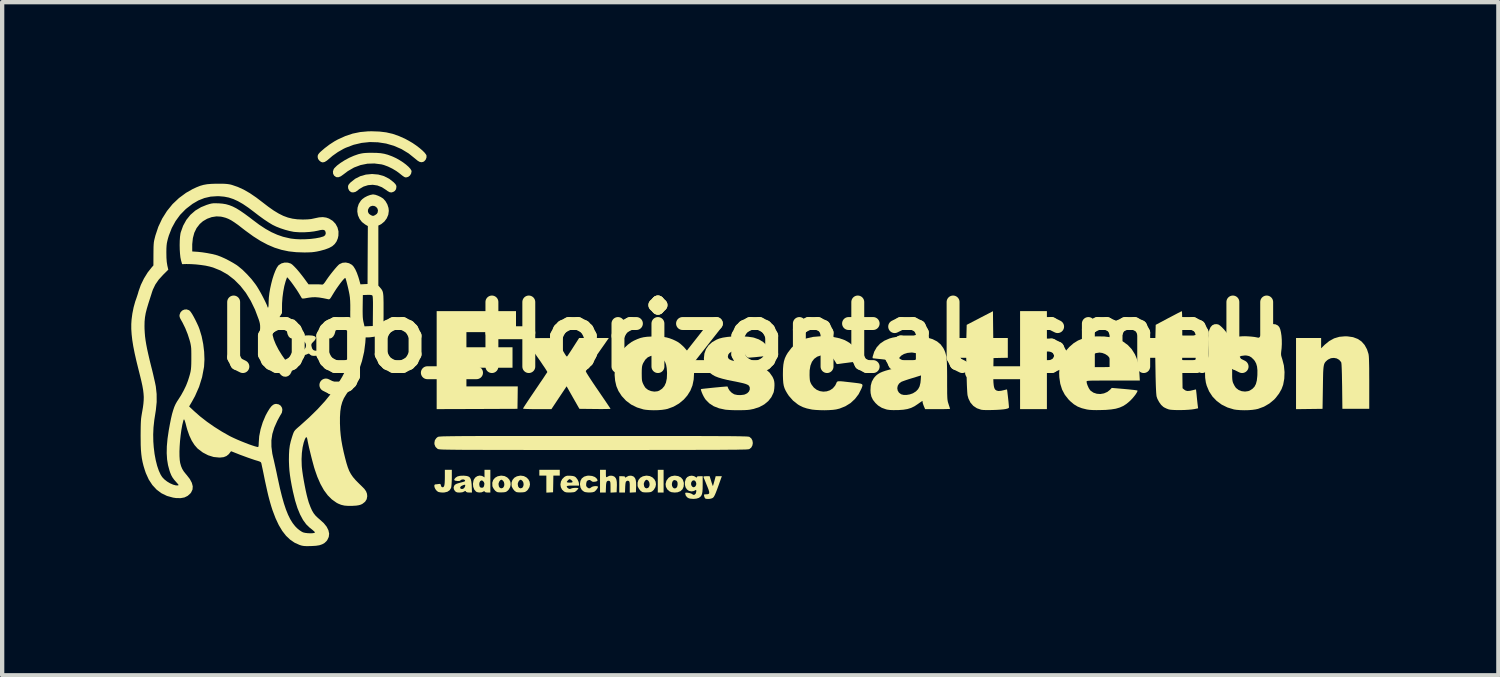
<source format=kicad_pcb>
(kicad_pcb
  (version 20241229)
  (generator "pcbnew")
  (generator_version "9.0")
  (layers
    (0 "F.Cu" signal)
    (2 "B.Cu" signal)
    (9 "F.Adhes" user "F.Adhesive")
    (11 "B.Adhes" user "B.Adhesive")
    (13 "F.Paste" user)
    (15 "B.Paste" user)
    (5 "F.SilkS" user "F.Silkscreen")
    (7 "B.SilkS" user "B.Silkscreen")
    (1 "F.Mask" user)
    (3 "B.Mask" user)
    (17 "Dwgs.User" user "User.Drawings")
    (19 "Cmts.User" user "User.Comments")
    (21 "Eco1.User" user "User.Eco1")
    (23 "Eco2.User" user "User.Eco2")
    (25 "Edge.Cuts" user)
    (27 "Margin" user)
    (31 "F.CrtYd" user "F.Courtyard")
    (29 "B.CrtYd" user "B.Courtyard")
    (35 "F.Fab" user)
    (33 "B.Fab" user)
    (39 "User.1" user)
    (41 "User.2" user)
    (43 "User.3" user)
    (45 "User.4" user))
  (footprint "logo_Horizontal_small"
    (layer "F.Cu")
    (at 14.414 4.788)
    (property "Reference" "logo_Horizontal_small" (at 0 0 0) (layer "F.SilkS") (effects (font (size 1.5 1.5) (thickness 0.3))))
    (attr board_only exclude_from_pos_files exclude_from_bom)
    (fp_poly (pts (xy -2.047 3.341) (xy -2.047 3.605) (xy -2.114 3.605) (xy -2.182 3.605) (xy -2.182 3.341) (xy -2.182 3.077) (xy -2.114 3.077) (xy -2.047 3.077)) (stroke (width 0) (type solid)) (fill yes) (layer "F.SilkS"))
    (fp_poly (pts (xy 6.858 0.529) (xy 6.858 1.667) (xy 6.547 1.667) (xy 6.235 1.667) (xy 6.235 0.529) (xy 6.235 -0.61) (xy 6.547 -0.61) (xy 6.858 -0.61)) (stroke (width 0) (type solid)) (fill yes) (layer "F.SilkS"))
    (fp_poly (pts (xy -4.459 3.145) (xy -4.459 3.212) (xy -4.533 3.212) (xy -4.608 3.212) (xy -4.611 3.405) (xy -4.615 3.599) (xy -4.693 3.603) (xy -4.771 3.607) (xy -4.771 3.409) (xy -4.771 3.212) (xy -4.852 3.212) (xy -4.934 3.212) (xy -4.934 3.145) (xy -4.934 3.077) (xy -4.696 3.077) (xy -4.459 3.077)) (stroke (width 0) (type solid)) (fill yes) (layer "F.SilkS"))
    (fp_poly (pts (xy -10.628 -0.411) (xy -10.591 -0.375) (xy -10.564 -0.319) (xy -10.548 -0.247) (xy -10.545 -0.188) (xy -10.553 -0.114) (xy -10.574 -0.053) (xy -10.605 -0.007) (xy -10.644 0.02) (xy -10.688 0.026) (xy -10.725 0.012) (xy -10.758 -0.021) (xy -10.784 -0.075) (xy -10.799 -0.143) (xy -10.802 -0.196) (xy -10.795 -0.279) (xy -10.775 -0.346) (xy -10.743 -0.394) (xy -10.701 -0.42) (xy -10.673 -0.424)) (stroke (width 0) (type solid)) (fill yes) (layer "F.SilkS"))
    (fp_poly (pts (xy -9.756 -0.407) (xy -9.719 -0.37) (xy -9.689 -0.311) (xy -9.676 -0.265) (xy -9.668 -0.195) (xy -9.675 -0.129) (xy -9.693 -0.071) (xy -9.72 -0.023) (xy -9.754 0.01) (xy -9.793 0.026) (xy -9.833 0.021) (xy -9.873 -0.007) (xy -9.875 -0.009) (xy -9.908 -0.061) (xy -9.928 -0.125) (xy -9.934 -0.196) (xy -9.928 -0.266) (xy -9.91 -0.33) (xy -9.88 -0.382) (xy -9.845 -0.411) (xy -9.798 -0.422)) (stroke (width 0) (type solid)) (fill yes) (layer "F.SilkS"))
    (fp_poly (pts (xy -5.476 -0.366) (xy -5.476 -0.122) (xy -6.052 -0.122) (xy -6.628 -0.122) (xy -6.628 0.054) (xy -6.628 0.23) (xy -6.092 0.23) (xy -5.557 0.23) (xy -5.557 0.468) (xy -5.557 0.705) (xy -6.092 0.705) (xy -6.628 0.705) (xy -6.628 0.922) (xy -6.628 1.139) (xy -6.031 1.139) (xy -5.435 1.139) (xy -5.438 1.399) (xy -5.442 1.66) (xy -6.38 1.664) (xy -7.319 1.667) (xy -7.319 0.529) (xy -7.319 -0.61) (xy -6.397 -0.61) (xy -5.476 -0.61)) (stroke (width 0) (type solid)) (fill yes) (layer "F.SilkS"))
    (fp_poly (pts (xy -8.675 -3.783) (xy -8.543 -3.746) (xy -8.423 -3.685) (xy -8.321 -3.606) (xy -8.283 -3.567) (xy -8.262 -3.537) (xy -8.255 -3.508) (xy -8.254 -3.499) (xy -8.263 -3.443) (xy -8.291 -3.402) (xy -8.324 -3.381) (xy -8.367 -3.367) (xy -8.41 -3.372) (xy -8.459 -3.399) (xy -8.491 -3.423) (xy -8.591 -3.488) (xy -8.696 -3.529) (xy -8.805 -3.545) (xy -8.914 -3.536) (xy -9.019 -3.503) (xy -9.118 -3.445) (xy -9.163 -3.407) (xy -9.21 -3.378) (xy -9.263 -3.367) (xy -9.307 -3.374) (xy -9.347 -3.405) (xy -9.373 -3.453) (xy -9.379 -3.496) (xy -9.375 -3.526) (xy -9.36 -3.555) (xy -9.33 -3.589) (xy -9.315 -3.604) (xy -9.212 -3.685) (xy -9.093 -3.745) (xy -8.963 -3.782) (xy -8.824 -3.795) (xy -8.817 -3.795)) (stroke (width 0) (type solid)) (fill yes) (layer "F.SilkS"))
    (fp_poly (pts (xy -2.753 3.228) (xy -2.731 3.245) (xy -2.709 3.274) (xy -2.695 3.311) (xy -2.687 3.362) (xy -2.685 3.431) (xy -2.686 3.483) (xy -2.69 3.599) (xy -2.762 3.603) (xy -2.833 3.607) (xy -2.833 3.478) (xy -2.833 3.416) (xy -2.836 3.377) (xy -2.842 3.353) (xy -2.851 3.34) (xy -2.858 3.335) (xy -2.888 3.33) (xy -2.909 3.34) (xy -2.922 3.354) (xy -2.93 3.377) (xy -2.935 3.415) (xy -2.939 3.473) (xy -2.939 3.482) (xy -2.944 3.605) (xy -3.01 3.605) (xy -3.077 3.605) (xy -3.077 3.416) (xy -3.077 3.226) (xy -3.009 3.226) (xy -2.967 3.228) (xy -2.946 3.235) (xy -2.941 3.247) (xy -2.938 3.259) (xy -2.924 3.254) (xy -2.905 3.24) (xy -2.857 3.217) (xy -2.803 3.213)) (stroke (width 0) (type solid)) (fill yes) (layer "F.SilkS"))
    (fp_poly (pts (xy -3.388 3.165) (xy -3.387 3.216) (xy -3.383 3.243) (xy -3.372 3.249) (xy -3.352 3.24) (xy -3.342 3.232) (xy -3.298 3.214) (xy -3.246 3.214) (xy -3.199 3.23) (xy -3.179 3.245) (xy -3.156 3.274) (xy -3.142 3.311) (xy -3.134 3.362) (xy -3.132 3.431) (xy -3.134 3.483) (xy -3.138 3.599) (xy -3.209 3.603) (xy -3.28 3.607) (xy -3.28 3.478) (xy -3.281 3.416) (xy -3.283 3.377) (xy -3.289 3.353) (xy -3.298 3.34) (xy -3.305 3.335) (xy -3.336 3.33) (xy -3.356 3.34) (xy -3.369 3.354) (xy -3.377 3.377) (xy -3.383 3.415) (xy -3.386 3.473) (xy -3.386 3.482) (xy -3.391 3.605) (xy -3.458 3.605) (xy -3.524 3.605) (xy -3.524 3.341) (xy -3.524 3.077) (xy -3.456 3.077) (xy -3.388 3.077)) (stroke (width 0) (type solid)) (fill yes) (layer "F.SilkS"))
    (fp_poly (pts (xy -6.967 3.263) (xy -6.969 3.341) (xy -6.973 3.41) (xy -6.978 3.464) (xy -6.984 3.496) (xy -6.984 3.496) (xy -7.016 3.55) (xy -7.068 3.586) (xy -7.138 3.603) (xy -7.175 3.605) (xy -7.225 3.602) (xy -7.269 3.594) (xy -7.289 3.587) (xy -7.321 3.561) (xy -7.348 3.527) (xy -7.366 3.489) (xy -7.374 3.453) (xy -7.37 3.427) (xy -7.352 3.416) (xy -7.35 3.415) (xy -7.32 3.413) (xy -7.281 3.408) (xy -7.277 3.407) (xy -7.244 3.404) (xy -7.229 3.412) (xy -7.221 3.437) (xy -7.22 3.441) (xy -7.207 3.473) (xy -7.185 3.483) (xy -7.184 3.483) (xy -7.164 3.479) (xy -7.149 3.462) (xy -7.139 3.431) (xy -7.133 3.381) (xy -7.13 3.31) (xy -7.129 3.254) (xy -7.129 3.077) (xy -7.048 3.077) (xy -6.967 3.077)) (stroke (width 0) (type solid)) (fill yes) (layer "F.SilkS"))
    (fp_poly (pts (xy -1.707 3.223) (xy -1.645 3.254) (xy -1.602 3.303) (xy -1.579 3.37) (xy -1.576 3.392) (xy -1.581 3.468) (xy -1.608 3.529) (xy -1.655 3.573) (xy -1.722 3.599) (xy -1.789 3.605) (xy -1.863 3.597) (xy -1.907 3.579) (xy -1.962 3.531) (xy -1.993 3.472) (xy -2.001 3.407) (xy -1.855 3.407) (xy -1.85 3.451) (xy -1.832 3.486) (xy -1.807 3.507) (xy -1.776 3.509) (xy -1.743 3.489) (xy -1.728 3.459) (xy -1.721 3.412) (xy -1.721 3.408) (xy -1.725 3.366) (xy -1.737 3.341) (xy -1.753 3.327) (xy -1.792 3.314) (xy -1.824 3.326) (xy -1.844 3.357) (xy -1.855 3.407) (xy -2.001 3.407) (xy -2.001 3.406) (xy -1.983 3.336) (xy -1.976 3.322) (xy -1.932 3.263) (xy -1.873 3.227) (xy -1.798 3.213) (xy -1.785 3.212)) (stroke (width 0) (type solid)) (fill yes) (layer "F.SilkS"))
    (fp_poly (pts (xy -5.74 3.223) (xy -5.68 3.254) (xy -5.635 3.299) (xy -5.607 3.354) (xy -5.599 3.416) (xy -5.612 3.479) (xy -5.647 3.539) (xy -5.666 3.558) (xy -5.692 3.58) (xy -5.72 3.593) (xy -5.758 3.599) (xy -5.798 3.601) (xy -5.849 3.602) (xy -5.893 3.598) (xy -5.917 3.593) (xy -5.956 3.566) (xy -5.992 3.522) (xy -6.019 3.474) (xy -6.025 3.45) (xy -6.026 3.411) (xy -5.882 3.411) (xy -5.874 3.461) (xy -5.852 3.494) (xy -5.822 3.508) (xy -5.787 3.499) (xy -5.772 3.488) (xy -5.752 3.454) (xy -5.747 3.409) (xy -5.756 3.364) (xy -5.774 3.334) (xy -5.798 3.314) (xy -5.815 3.307) (xy -5.842 3.319) (xy -5.865 3.35) (xy -5.88 3.389) (xy -5.882 3.411) (xy -6.026 3.411) (xy -6.027 3.377) (xy -6.006 3.313) (xy -5.963 3.262) (xy -5.904 3.228) (xy -5.829 3.213) (xy -5.815 3.212)) (stroke (width 0) (type solid)) (fill yes) (layer "F.SilkS"))
    (fp_poly (pts (xy -5.293 3.223) (xy -5.233 3.254) (xy -5.188 3.299) (xy -5.16 3.354) (xy -5.151 3.416) (xy -5.164 3.479) (xy -5.2 3.539) (xy -5.218 3.558) (xy -5.245 3.58) (xy -5.272 3.593) (xy -5.311 3.599) (xy -5.351 3.601) (xy -5.402 3.602) (xy -5.446 3.598) (xy -5.47 3.593) (xy -5.509 3.566) (xy -5.545 3.522) (xy -5.571 3.474) (xy -5.578 3.45) (xy -5.579 3.411) (xy -5.435 3.411) (xy -5.427 3.461) (xy -5.405 3.494) (xy -5.374 3.508) (xy -5.339 3.499) (xy -5.324 3.488) (xy -5.305 3.454) (xy -5.299 3.409) (xy -5.308 3.364) (xy -5.327 3.334) (xy -5.351 3.314) (xy -5.367 3.307) (xy -5.394 3.319) (xy -5.418 3.35) (xy -5.433 3.389) (xy -5.435 3.411) (xy -5.579 3.411) (xy -5.58 3.377) (xy -5.558 3.313) (xy -5.516 3.262) (xy -5.456 3.228) (xy -5.382 3.213) (xy -5.367 3.212)) (stroke (width 0) (type solid)) (fill yes) (layer "F.SilkS"))
    (fp_poly (pts (xy -2.366 3.223) (xy -2.305 3.254) (xy -2.26 3.299) (xy -2.232 3.354) (xy -2.224 3.416) (xy -2.237 3.479) (xy -2.273 3.539) (xy -2.291 3.558) (xy -2.317 3.58) (xy -2.345 3.593) (xy -2.383 3.599) (xy -2.423 3.601) (xy -2.474 3.602) (xy -2.518 3.598) (xy -2.542 3.593) (xy -2.581 3.566) (xy -2.617 3.522) (xy -2.644 3.474) (xy -2.651 3.45) (xy -2.651 3.411) (xy -2.507 3.411) (xy -2.499 3.461) (xy -2.478 3.494) (xy -2.447 3.508) (xy -2.412 3.499) (xy -2.397 3.488) (xy -2.377 3.454) (xy -2.372 3.409) (xy -2.381 3.364) (xy -2.399 3.334) (xy -2.423 3.314) (xy -2.44 3.307) (xy -2.467 3.319) (xy -2.49 3.35) (xy -2.505 3.389) (xy -2.507 3.411) (xy -2.651 3.411) (xy -2.652 3.377) (xy -2.631 3.313) (xy -2.589 3.262) (xy -2.529 3.228) (xy -2.454 3.213) (xy -2.44 3.212)) (stroke (width 0) (type solid)) (fill yes) (layer "F.SilkS"))
    (fp_poly (pts (xy -6.072 3.341) (xy -6.072 3.605) (xy -6.134 3.605) (xy -6.179 3.601) (xy -6.201 3.588) (xy -6.203 3.585) (xy -6.211 3.572) (xy -6.227 3.577) (xy -6.239 3.585) (xy -6.28 3.601) (xy -6.332 3.604) (xy -6.382 3.595) (xy -6.407 3.581) (xy -6.446 3.535) (xy -6.47 3.472) (xy -6.475 3.414) (xy -6.33 3.414) (xy -6.322 3.463) (xy -6.3 3.489) (xy -6.262 3.494) (xy -6.262 3.494) (xy -6.237 3.485) (xy -6.221 3.46) (xy -6.216 3.44) (xy -6.21 3.399) (xy -6.22 3.366) (xy -6.226 3.356) (xy -6.255 3.328) (xy -6.284 3.324) (xy -6.309 3.342) (xy -6.326 3.378) (xy -6.33 3.414) (xy -6.475 3.414) (xy -6.476 3.401) (xy -6.464 3.328) (xy -6.457 3.307) (xy -6.425 3.258) (xy -6.378 3.225) (xy -6.324 3.211) (xy -6.269 3.218) (xy -6.238 3.233) (xy -6.208 3.254) (xy -6.208 3.166) (xy -6.208 3.077) (xy -6.14 3.077) (xy -6.072 3.077)) (stroke (width 0) (type solid)) (fill yes) (layer "F.SilkS"))
    (fp_poly (pts (xy -3.707 3.22) (xy -3.645 3.243) (xy -3.602 3.279) (xy -3.6 3.282) (xy -3.582 3.315) (xy -3.585 3.335) (xy -3.611 3.347) (xy -3.639 3.353) (xy -3.682 3.356) (xy -3.709 3.349) (xy -3.728 3.333) (xy -3.761 3.313) (xy -3.786 3.315) (xy -3.817 3.328) (xy -3.834 3.348) (xy -3.843 3.384) (xy -3.845 3.399) (xy -3.847 3.44) (xy -3.836 3.468) (xy -3.824 3.482) (xy -3.789 3.506) (xy -3.757 3.505) (xy -3.727 3.483) (xy -3.7 3.468) (xy -3.661 3.458) (xy -3.62 3.455) (xy -3.587 3.459) (xy -3.572 3.468) (xy -3.574 3.488) (xy -3.591 3.517) (xy -3.616 3.55) (xy -3.644 3.577) (xy -3.66 3.588) (xy -3.701 3.599) (xy -3.757 3.604) (xy -3.817 3.602) (xy -3.871 3.594) (xy -3.897 3.584) (xy -3.946 3.546) (xy -3.978 3.488) (xy -3.99 3.416) (xy -3.991 3.407) (xy -3.979 3.334) (xy -3.947 3.276) (xy -3.895 3.236) (xy -3.825 3.215) (xy -3.784 3.212)) (stroke (width 0) (type solid)) (fill yes) (layer "F.SilkS"))
    (fp_poly (pts (xy -0.941 3.342) (xy -0.925 3.393) (xy -0.912 3.431) (xy -0.903 3.452) (xy -0.902 3.454) (xy -0.896 3.44) (xy -0.886 3.406) (xy -0.873 3.358) (xy -0.867 3.338) (xy -0.837 3.226) (xy -0.766 3.226) (xy -0.694 3.226) (xy -0.739 3.351) (xy -0.777 3.458) (xy -0.808 3.542) (xy -0.833 3.607) (xy -0.853 3.654) (xy -0.87 3.688) (xy -0.885 3.711) (xy -0.899 3.725) (xy -0.915 3.735) (xy -0.93 3.741) (xy -0.969 3.751) (xy -1.015 3.754) (xy -1.056 3.751) (xy -1.079 3.744) (xy -1.092 3.725) (xy -1.104 3.692) (xy -1.104 3.69) (xy -1.109 3.662) (xy -1.102 3.649) (xy -1.078 3.646) (xy -1.06 3.646) (xy -1.023 3.644) (xy -0.999 3.636) (xy -0.987 3.619) (xy -0.988 3.589) (xy -1.001 3.542) (xy -1.026 3.477) (xy -1.043 3.436) (xy -1.069 3.371) (xy -1.092 3.315) (xy -1.11 3.272) (xy -1.119 3.248) (xy -1.12 3.246) (xy -1.12 3.234) (xy -1.103 3.228) (xy -1.066 3.226) (xy -1.052 3.226) (xy -0.977 3.226)) (stroke (width 0) (type solid)) (fill yes) (layer "F.SilkS"))
    (fp_poly (pts (xy -8.712 -4.286) (xy -8.619 -4.279) (xy -8.536 -4.265) (xy -8.455 -4.243) (xy -8.368 -4.211) (xy -8.341 -4.2) (xy -8.259 -4.162) (xy -8.178 -4.116) (xy -8.1 -4.066) (xy -8.031 -4.014) (xy -7.973 -3.963) (xy -7.93 -3.916) (xy -7.906 -3.876) (xy -7.902 -3.858) (xy -7.913 -3.804) (xy -7.941 -3.759) (xy -7.982 -3.728) (xy -8.029 -3.716) (xy -8.054 -3.719) (xy -8.078 -3.731) (xy -8.116 -3.757) (xy -8.159 -3.791) (xy -8.173 -3.803) (xy -8.254 -3.863) (xy -8.349 -3.92) (xy -8.45 -3.969) (xy -8.547 -4.005) (xy -8.6 -4.019) (xy -8.766 -4.04) (xy -8.928 -4.035) (xy -9.087 -4.003) (xy -9.239 -3.946) (xy -9.384 -3.862) (xy -9.483 -3.787) (xy -9.546 -3.742) (xy -9.599 -3.721) (xy -9.647 -3.722) (xy -9.659 -3.727) (xy -9.702 -3.758) (xy -9.725 -3.802) (xy -9.729 -3.855) (xy -9.712 -3.907) (xy -9.696 -3.931) (xy -9.634 -3.992) (xy -9.552 -4.054) (xy -9.456 -4.115) (xy -9.351 -4.172) (xy -9.244 -4.219) (xy -9.141 -4.255) (xy -9.129 -4.258) (xy -9.075 -4.271) (xy -9.022 -4.28) (xy -8.962 -4.285) (xy -8.887 -4.288) (xy -8.824 -4.288)) (stroke (width 0) (type solid)) (fill yes) (layer "F.SilkS"))
    (fp_poly (pts (xy -10.21 -0.042) (xy -10.157 -0.028) (xy -10.129 -0.005) (xy -10.128 0.026) (xy -10.151 0.067) (xy -10.181 0.098) (xy -10.213 0.131) (xy -10.228 0.155) (xy -10.231 0.18) (xy -10.229 0.199) (xy -10.213 0.257) (xy -10.187 0.293) (xy -10.149 0.308) (xy -10.12 0.31) (xy -10.08 0.31) (xy -10.051 0.315) (xy -10.046 0.317) (xy -10.032 0.339) (xy -10.032 0.371) (xy -10.045 0.401) (xy -10.051 0.407) (xy -10.08 0.419) (xy -10.124 0.427) (xy -10.173 0.43) (xy -10.214 0.425) (xy -10.227 0.422) (xy -10.258 0.402) (xy -10.271 0.389) (xy -10.285 0.378) (xy -10.303 0.379) (xy -10.335 0.394) (xy -10.339 0.396) (xy -10.401 0.416) (xy -10.447 0.416) (xy -10.502 0.404) (xy -10.534 0.381) (xy -10.545 0.346) (xy -10.545 0.346) (xy -10.534 0.309) (xy -10.505 0.29) (xy -10.458 0.29) (xy -10.421 0.293) (xy -10.394 0.279) (xy -10.383 0.269) (xy -10.36 0.227) (xy -10.354 0.178) (xy -10.367 0.132) (xy -10.389 0.106) (xy -10.421 0.073) (xy -10.444 0.04) (xy -10.456 0.012) (xy -10.451 -0.005) (xy -10.427 -0.023) (xy -10.396 -0.037) (xy -10.351 -0.045) (xy -10.288 -0.047)) (stroke (width 0) (type solid)) (fill yes) (layer "F.SilkS"))
    (fp_poly (pts (xy -8.65 -4.782) (xy -8.492 -4.763) (xy -8.343 -4.729) (xy -8.195 -4.677) (xy -8.057 -4.616) (xy -7.968 -4.568) (xy -7.878 -4.515) (xy -7.793 -4.457) (xy -7.716 -4.398) (xy -7.65 -4.342) (xy -7.598 -4.29) (xy -7.565 -4.246) (xy -7.555 -4.223) (xy -7.556 -4.176) (xy -7.575 -4.128) (xy -7.608 -4.091) (xy -7.635 -4.076) (xy -7.675 -4.069) (xy -7.714 -4.077) (xy -7.758 -4.102) (xy -7.812 -4.146) (xy -7.819 -4.152) (xy -7.971 -4.274) (xy -8.136 -4.374) (xy -8.311 -4.45) (xy -8.494 -4.503) (xy -8.682 -4.532) (xy -8.872 -4.538) (xy -9.062 -4.518) (xy -9.249 -4.474) (xy -9.431 -4.405) (xy -9.478 -4.383) (xy -9.615 -4.305) (xy -9.738 -4.218) (xy -9.806 -4.16) (xy -9.869 -4.107) (xy -9.921 -4.075) (xy -9.966 -4.065) (xy -10.006 -4.076) (xy -10.044 -4.106) (xy -10.074 -4.145) (xy -10.084 -4.188) (xy -10.084 -4.196) (xy -10.081 -4.227) (xy -10.069 -4.254) (xy -10.044 -4.285) (xy -10.016 -4.313) (xy -9.92 -4.396) (xy -9.809 -4.48) (xy -9.693 -4.555) (xy -9.615 -4.598) (xy -9.441 -4.677) (xy -9.271 -4.734) (xy -9.096 -4.77) (xy -8.911 -4.787) (xy -8.824 -4.788)) (stroke (width 0) (type solid)) (fill yes) (layer "F.SilkS"))
    (fp_poly (pts (xy 13.845 -0.023) (xy 13.97 -0.005) (xy 14.077 0.035) (xy 14.167 0.095) (xy 14.239 0.176) (xy 14.295 0.278) (xy 14.328 0.38) (xy 14.333 0.404) (xy 14.337 0.44) (xy 14.34 0.487) (xy 14.342 0.549) (xy 14.344 0.628) (xy 14.346 0.727) (xy 14.346 0.847) (xy 14.347 0.991) (xy 14.347 1.057) (xy 14.347 1.66) (xy 14.035 1.66) (xy 13.723 1.66) (xy 13.717 1.132) (xy 13.714 0.985) (xy 13.712 0.863) (xy 13.709 0.765) (xy 13.706 0.689) (xy 13.703 0.633) (xy 13.699 0.596) (xy 13.694 0.576) (xy 13.693 0.574) (xy 13.649 0.522) (xy 13.591 0.489) (xy 13.525 0.477) (xy 13.457 0.484) (xy 13.393 0.514) (xy 13.37 0.531) (xy 13.347 0.552) (xy 13.328 0.571) (xy 13.313 0.593) (xy 13.301 0.619) (xy 13.292 0.653) (xy 13.285 0.696) (xy 13.28 0.753) (xy 13.276 0.826) (xy 13.274 0.918) (xy 13.272 1.031) (xy 13.27 1.166) (xy 13.262 1.66) (xy 12.954 1.664) (xy 12.646 1.668) (xy 12.646 0.841) (xy 12.646 0.014) (xy 12.937 0.014) (xy 13.229 0.014) (xy 13.229 0.134) (xy 13.229 0.254) (xy 13.315 0.169) (xy 13.419 0.084) (xy 13.531 0.023) (xy 13.652 -0.013) (xy 13.785 -0.025)) (stroke (width 0) (type solid)) (fill yes) (layer "F.SilkS"))
    (fp_poly (pts (xy -4.213 3.215) (xy -4.158 3.22) (xy -4.121 3.229) (xy -4.094 3.246) (xy -4.085 3.253) (xy -4.046 3.303) (xy -4.02 3.362) (xy -4.012 3.408) (xy -4.012 3.443) (xy -4.154 3.443) (xy -4.225 3.444) (xy -4.271 3.448) (xy -4.295 3.457) (xy -4.297 3.471) (xy -4.282 3.492) (xy -4.272 3.502) (xy -4.241 3.521) (xy -4.209 3.519) (xy -4.184 3.508) (xy -4.157 3.501) (xy -4.117 3.497) (xy -4.075 3.496) (xy -4.041 3.5) (xy -4.026 3.505) (xy -4.031 3.517) (xy -4.051 3.541) (xy -4.064 3.555) (xy -4.088 3.577) (xy -4.111 3.591) (xy -4.142 3.598) (xy -4.188 3.602) (xy -4.212 3.603) (xy -4.271 3.603) (xy -4.312 3.6) (xy -4.342 3.59) (xy -4.359 3.581) (xy -4.407 3.536) (xy -4.435 3.479) (xy -4.444 3.415) (xy -4.434 3.361) (xy -4.297 3.361) (xy -4.284 3.369) (xy -4.253 3.374) (xy -4.229 3.375) (xy -4.186 3.373) (xy -4.165 3.365) (xy -4.161 3.355) (xy -4.171 3.335) (xy -4.195 3.312) (xy -4.222 3.296) (xy -4.232 3.294) (xy -4.25 3.303) (xy -4.273 3.325) (xy -4.292 3.349) (xy -4.297 3.361) (xy -4.434 3.361) (xy -4.433 3.351) (xy -4.402 3.291) (xy -4.353 3.243) (xy -4.351 3.242) (xy -4.32 3.224) (xy -4.289 3.215) (xy -4.247 3.214)) (stroke (width 0) (type solid)) (fill yes) (layer "F.SilkS"))
    (fp_poly (pts (xy -6.668 3.215) (xy -6.615 3.221) (xy -6.575 3.235) (xy -6.546 3.258) (xy -6.527 3.295) (xy -6.514 3.349) (xy -6.506 3.424) (xy -6.503 3.5) (xy -6.499 3.605) (xy -6.563 3.605) (xy -6.609 3.601) (xy -6.635 3.589) (xy -6.639 3.583) (xy -6.65 3.569) (xy -6.665 3.571) (xy -6.683 3.583) (xy -6.723 3.599) (xy -6.781 3.605) (xy -6.787 3.605) (xy -6.835 3.603) (xy -6.868 3.592) (xy -6.893 3.572) (xy -6.919 3.53) (xy -6.923 3.503) (xy -6.772 3.503) (xy -6.753 3.52) (xy -6.723 3.523) (xy -6.692 3.51) (xy -6.676 3.494) (xy -6.66 3.463) (xy -6.655 3.44) (xy -6.658 3.426) (xy -6.674 3.424) (xy -6.699 3.432) (xy -6.748 3.454) (xy -6.772 3.479) (xy -6.772 3.503) (xy -6.923 3.503) (xy -6.925 3.483) (xy -6.908 3.44) (xy -6.9 3.43) (xy -6.882 3.416) (xy -6.858 3.403) (xy -6.821 3.39) (xy -6.767 3.375) (xy -6.713 3.361) (xy -6.672 3.348) (xy -6.657 3.334) (xy -6.665 3.317) (xy -6.674 3.308) (xy -6.701 3.3) (xy -6.734 3.303) (xy -6.761 3.316) (xy -6.767 3.325) (xy -6.785 3.335) (xy -6.825 3.337) (xy -6.843 3.336) (xy -6.89 3.329) (xy -6.911 3.315) (xy -6.907 3.292) (xy -6.88 3.26) (xy -6.836 3.231) (xy -6.775 3.216) (xy -6.694 3.213)) (stroke (width 0) (type solid)) (fill yes) (layer "F.SilkS"))
    (fp_poly (pts (xy -1.339 3.224) (xy -1.31 3.24) (xy -1.286 3.257) (xy -1.276 3.257) (xy -1.274 3.247) (xy -1.268 3.234) (xy -1.245 3.227) (xy -1.206 3.226) (xy -1.139 3.226) (xy -1.139 3.419) (xy -1.14 3.514) (xy -1.145 3.586) (xy -1.155 3.639) (xy -1.171 3.677) (xy -1.194 3.705) (xy -1.226 3.727) (xy -1.233 3.731) (xy -1.288 3.747) (xy -1.356 3.753) (xy -1.426 3.747) (xy -1.46 3.739) (xy -1.501 3.715) (xy -1.532 3.675) (xy -1.545 3.628) (xy -1.545 3.625) (xy -1.541 3.612) (xy -1.526 3.607) (xy -1.493 3.609) (xy -1.476 3.611) (xy -1.432 3.62) (xy -1.397 3.633) (xy -1.387 3.64) (xy -1.354 3.659) (xy -1.324 3.654) (xy -1.3 3.629) (xy -1.288 3.586) (xy -1.288 3.572) (xy -1.289 3.547) (xy -1.3 3.545) (xy -1.318 3.557) (xy -1.351 3.571) (xy -1.394 3.578) (xy -1.404 3.578) (xy -1.459 3.566) (xy -1.504 3.533) (xy -1.536 3.485) (xy -1.552 3.425) (xy -1.552 3.407) (xy -1.41 3.407) (xy -1.4 3.443) (xy -1.377 3.472) (xy -1.349 3.483) (xy -1.325 3.474) (xy -1.309 3.462) (xy -1.29 3.428) (xy -1.288 3.389) (xy -1.3 3.353) (xy -1.324 3.327) (xy -1.349 3.321) (xy -1.382 3.333) (xy -1.403 3.366) (xy -1.41 3.407) (xy -1.552 3.407) (xy -1.552 3.359) (xy -1.532 3.292) (xy -1.528 3.282) (xy -1.495 3.244) (xy -1.447 3.221) (xy -1.392 3.213)) (stroke (width 0) (type solid)) (fill yes) (layer "F.SilkS"))
    (fp_poly (pts (xy 5.608 -0.297) (xy 5.612 0.014) (xy 5.781 0.014) (xy 5.95 0.014) (xy 5.95 0.244) (xy 5.95 0.474) (xy 5.784 0.477) (xy 5.618 0.481) (xy 5.614 0.732) (xy 5.612 0.86) (xy 5.613 0.963) (xy 5.616 1.045) (xy 5.622 1.108) (xy 5.63 1.155) (xy 5.642 1.189) (xy 5.656 1.212) (xy 5.659 1.215) (xy 5.692 1.237) (xy 5.735 1.246) (xy 5.793 1.241) (xy 5.855 1.227) (xy 5.895 1.217) (xy 5.923 1.211) (xy 5.931 1.21) (xy 5.934 1.224) (xy 5.939 1.259) (xy 5.945 1.31) (xy 5.952 1.37) (xy 5.959 1.435) (xy 5.966 1.499) (xy 5.971 1.555) (xy 5.975 1.599) (xy 5.977 1.624) (xy 5.977 1.626) (xy 5.97 1.641) (xy 5.945 1.653) (xy 5.898 1.665) (xy 5.893 1.666) (xy 5.843 1.673) (xy 5.775 1.679) (xy 5.696 1.684) (xy 5.61 1.687) (xy 5.526 1.689) (xy 5.448 1.689) (xy 5.383 1.687) (xy 5.338 1.682) (xy 5.331 1.681) (xy 5.232 1.647) (xy 5.149 1.592) (xy 5.083 1.517) (xy 5.036 1.423) (xy 5.015 1.348) (xy 5.011 1.317) (xy 5.007 1.264) (xy 5.003 1.191) (xy 4.999 1.104) (xy 4.996 1.006) (xy 4.993 0.901) (xy 4.992 0.878) (xy 4.984 0.474) (xy 4.877 0.474) (xy 4.771 0.474) (xy 4.771 0.244) (xy 4.771 0.014) (xy 4.879 0.014) (xy 4.987 0.014) (xy 4.991 -0.139) (xy 4.995 -0.291) (xy 5.3 -0.45) (xy 5.605 -0.608)) (stroke (width 0) (type solid)) (fill yes) (layer "F.SilkS"))
    (fp_poly (pts (xy 9.995 -0.596) (xy 9.998 -0.56) (xy 10 -0.505) (xy 10.002 -0.433) (xy 10.003 -0.35) (xy 10.003 -0.298) (xy 10.003 0.014) (xy 10.172 0.014) (xy 10.342 0.014) (xy 10.342 0.244) (xy 10.342 0.474) (xy 10.171 0.474) (xy 10.001 0.474) (xy 10.005 0.828) (xy 10.01 1.182) (xy 10.048 1.214) (xy 10.084 1.237) (xy 10.127 1.246) (xy 10.184 1.241) (xy 10.246 1.227) (xy 10.287 1.217) (xy 10.314 1.211) (xy 10.322 1.21) (xy 10.324 1.224) (xy 10.328 1.259) (xy 10.334 1.311) (xy 10.34 1.374) (xy 10.34 1.376) (xy 10.347 1.445) (xy 10.354 1.51) (xy 10.36 1.563) (xy 10.364 1.593) (xy 10.371 1.648) (xy 10.285 1.666) (xy 10.223 1.675) (xy 10.144 1.682) (xy 10.055 1.687) (xy 9.964 1.689) (xy 9.874 1.689) (xy 9.794 1.686) (xy 9.73 1.681) (xy 9.691 1.674) (xy 9.637 1.654) (xy 9.584 1.628) (xy 9.562 1.614) (xy 9.511 1.567) (xy 9.464 1.501) (xy 9.425 1.428) (xy 9.406 1.371) (xy 9.402 1.34) (xy 9.397 1.285) (xy 9.393 1.21) (xy 9.389 1.118) (xy 9.386 1.012) (xy 9.383 0.897) (xy 9.383 0.891) (xy 9.376 0.474) (xy 9.263 0.474) (xy 9.149 0.474) (xy 9.149 0.244) (xy 9.149 0.014) (xy 9.264 0.014) (xy 9.378 0.014) (xy 9.382 -0.139) (xy 9.386 -0.291) (xy 9.684 -0.45) (xy 9.767 -0.493) (xy 9.841 -0.532) (xy 9.904 -0.565) (xy 9.953 -0.59) (xy 9.983 -0.605) (xy 9.993 -0.609)) (stroke (width 0) (type solid)) (fill yes) (layer "F.SilkS"))
    (fp_poly (pts (xy -2.148 -0.018) (xy -2.058 -0.012) (xy -1.981 0.001) (xy -1.909 0.021) (xy -1.834 0.049) (xy -1.777 0.075) (xy -1.715 0.108) (xy -1.659 0.148) (xy -1.599 0.202) (xy -1.573 0.227) (xy -1.483 0.332) (xy -1.416 0.442) (xy -1.371 0.561) (xy -1.346 0.693) (xy -1.339 0.827) (xy -1.348 0.98) (xy -1.376 1.116) (xy -1.425 1.238) (xy -1.496 1.351) (xy -1.578 1.445) (xy -1.689 1.537) (xy -1.816 1.61) (xy -1.954 1.661) (xy -2.009 1.673) (xy -2.085 1.684) (xy -2.176 1.691) (xy -2.275 1.693) (xy -2.371 1.69) (xy -2.457 1.683) (xy -2.514 1.674) (xy -2.665 1.628) (xy -2.8 1.561) (xy -2.919 1.472) (xy -3.02 1.363) (xy -3.096 1.246) (xy -3.144 1.133) (xy -3.173 1.006) (xy -3.185 0.871) (xy -3.183 0.83) (xy -2.555 0.83) (xy -2.555 0.84) (xy -2.554 0.915) (xy -2.552 0.969) (xy -2.547 1.009) (xy -2.538 1.042) (xy -2.525 1.074) (xy -2.524 1.077) (xy -2.5 1.123) (xy -2.475 1.163) (xy -2.463 1.177) (xy -2.408 1.22) (xy -2.338 1.248) (xy -2.264 1.26) (xy -2.192 1.253) (xy -2.151 1.239) (xy -2.081 1.192) (xy -2.028 1.13) (xy -1.992 1.051) (xy -1.972 0.953) (xy -1.967 0.834) (xy -1.968 0.802) (xy -1.975 0.71) (xy -1.988 0.638) (xy -2.008 0.581) (xy -2.039 0.533) (xy -2.064 0.504) (xy -2.118 0.457) (xy -2.171 0.43) (xy -2.236 0.421) (xy -2.257 0.42) (xy -2.342 0.431) (xy -2.414 0.463) (xy -2.473 0.519) (xy -2.522 0.599) (xy -2.524 0.603) (xy -2.537 0.636) (xy -2.546 0.668) (xy -2.551 0.707) (xy -2.554 0.758) (xy -2.555 0.83) (xy -3.183 0.83) (xy -3.179 0.733) (xy -3.155 0.598) (xy -3.114 0.472) (xy -3.088 0.416) (xy -3.034 0.333) (xy -2.962 0.249) (xy -2.879 0.171) (xy -2.792 0.107) (xy -2.738 0.077) (xy -2.658 0.041) (xy -2.585 0.014) (xy -2.513 -0.003) (xy -2.432 -0.014) (xy -2.337 -0.019) (xy -2.257 -0.02)) (stroke (width 0) (type solid)) (fill yes) (layer "F.SilkS"))
    (fp_poly (pts (xy -3.345 0.051) (xy -3.359 0.071) (xy -3.387 0.111) (xy -3.425 0.166) (xy -3.473 0.234) (xy -3.528 0.312) (xy -3.587 0.397) (xy -3.608 0.427) (xy -3.667 0.512) (xy -3.722 0.591) (xy -3.77 0.659) (xy -3.809 0.716) (xy -3.837 0.757) (xy -3.852 0.78) (xy -3.854 0.783) (xy -3.85 0.799) (xy -3.83 0.836) (xy -3.795 0.892) (xy -3.746 0.968) (xy -3.684 1.062) (xy -3.609 1.173) (xy -3.572 1.226) (xy -3.507 1.322) (xy -3.447 1.41) (xy -3.393 1.489) (xy -3.348 1.556) (xy -3.313 1.608) (xy -3.29 1.644) (xy -3.28 1.66) (xy -3.28 1.66) (xy -3.293 1.662) (xy -3.33 1.663) (xy -3.386 1.664) (xy -3.459 1.665) (xy -3.546 1.665) (xy -3.641 1.664) (xy -3.642 1.664) (xy -4.003 1.66) (xy -4.152 1.399) (xy -4.3 1.137) (xy -4.477 1.402) (xy -4.653 1.667) (xy -4.983 1.667) (xy -5.086 1.667) (xy -5.172 1.665) (xy -5.24 1.663) (xy -5.287 1.66) (xy -5.311 1.656) (xy -5.313 1.654) (xy -5.306 1.641) (xy -5.285 1.607) (xy -5.252 1.556) (xy -5.209 1.491) (xy -5.157 1.413) (xy -5.098 1.326) (xy -5.035 1.233) (xy -5.034 1.231) (xy -4.97 1.137) (xy -4.911 1.049) (xy -4.858 0.972) (xy -4.814 0.906) (xy -4.78 0.854) (xy -4.757 0.82) (xy -4.748 0.805) (xy -4.748 0.805) (xy -4.755 0.791) (xy -4.775 0.757) (xy -4.807 0.707) (xy -4.851 0.643) (xy -4.902 0.566) (xy -4.961 0.482) (xy -5.015 0.405) (xy -5.288 0.02) (xy -4.931 0.017) (xy -4.835 0.016) (xy -4.748 0.016) (xy -4.673 0.016) (xy -4.614 0.017) (xy -4.575 0.018) (xy -4.559 0.019) (xy -4.548 0.032) (xy -4.526 0.066) (xy -4.496 0.115) (xy -4.461 0.176) (xy -4.424 0.242) (xy -4.378 0.323) (xy -4.343 0.382) (xy -4.318 0.421) (xy -4.301 0.441) (xy -4.29 0.444) (xy -4.289 0.443) (xy -4.277 0.427) (xy -4.253 0.392) (xy -4.22 0.342) (xy -4.18 0.281) (xy -4.141 0.22) (xy -4.009 0.014) (xy -3.664 0.014) (xy -3.319 0.014)) (stroke (width 0) (type solid)) (fill yes) (layer "F.SilkS"))
    (fp_poly (pts (xy 1.727 -0.023) (xy 1.894 -0.009) (xy 2.039 0.021) (xy 2.164 0.065) (xy 2.271 0.126) (xy 2.362 0.204) (xy 2.439 0.301) (xy 2.494 0.397) (xy 2.518 0.449) (xy 2.536 0.493) (xy 2.545 0.523) (xy 2.545 0.531) (xy 2.53 0.54) (xy 2.491 0.55) (xy 2.428 0.562) (xy 2.339 0.575) (xy 2.289 0.581) (xy 2.207 0.592) (xy 2.133 0.601) (xy 2.071 0.61) (xy 2.027 0.616) (xy 2.005 0.619) (xy 1.982 0.62) (xy 1.965 0.607) (xy 1.948 0.575) (xy 1.945 0.57) (xy 1.9 0.501) (xy 1.837 0.45) (xy 1.761 0.419) (xy 1.676 0.41) (xy 1.608 0.419) (xy 1.52 0.449) (xy 1.451 0.499) (xy 1.399 0.568) (xy 1.364 0.657) (xy 1.346 0.766) (xy 1.344 0.879) (xy 1.347 0.946) (xy 1.351 0.994) (xy 1.359 1.03) (xy 1.372 1.062) (xy 1.391 1.098) (xy 1.444 1.167) (xy 1.51 1.218) (xy 1.584 1.249) (xy 1.664 1.261) (xy 1.743 1.254) (xy 1.818 1.229) (xy 1.884 1.185) (xy 1.937 1.123) (xy 1.961 1.077) (xy 1.969 1.056) (xy 1.977 1.04) (xy 1.988 1.028) (xy 2.006 1.021) (xy 2.033 1.019) (xy 2.073 1.02) (xy 2.129 1.025) (xy 2.206 1.034) (xy 2.306 1.045) (xy 2.314 1.046) (xy 2.408 1.057) (xy 2.478 1.066) (xy 2.526 1.074) (xy 2.557 1.085) (xy 2.571 1.099) (xy 2.574 1.118) (xy 2.567 1.145) (xy 2.553 1.181) (xy 2.548 1.193) (xy 2.484 1.32) (xy 2.398 1.432) (xy 2.295 1.527) (xy 2.175 1.601) (xy 2.042 1.654) (xy 1.961 1.674) (xy 1.887 1.684) (xy 1.794 1.69) (xy 1.692 1.693) (xy 1.588 1.691) (xy 1.49 1.686) (xy 1.408 1.678) (xy 1.387 1.674) (xy 1.281 1.651) (xy 1.193 1.622) (xy 1.115 1.584) (xy 1.075 1.56) (xy 0.961 1.47) (xy 0.864 1.36) (xy 0.823 1.298) (xy 0.788 1.237) (xy 0.763 1.182) (xy 0.745 1.125) (xy 0.734 1.061) (xy 0.728 0.984) (xy 0.725 0.888) (xy 0.725 0.847) (xy 0.727 0.731) (xy 0.735 0.636) (xy 0.749 0.556) (xy 0.771 0.485) (xy 0.802 0.418) (xy 0.839 0.356) (xy 0.926 0.242) (xy 1.027 0.149) (xy 1.143 0.076) (xy 1.275 0.023) (xy 1.425 -0.011) (xy 1.592 -0.025)) (stroke (width 0) (type solid)) (fill yes) (layer "F.SilkS"))
    (fp_poly (pts (xy 8.188 -0.021) (xy 8.353 -0.001) (xy 8.5 0.039) (xy 8.629 0.099) (xy 8.738 0.178) (xy 8.83 0.277) (xy 8.904 0.395) (xy 8.906 0.4) (xy 8.943 0.486) (xy 8.971 0.574) (xy 8.991 0.673) (xy 9.004 0.788) (xy 9.008 0.851) (xy 9.017 1.003) (xy 8.399 1.003) (xy 8.253 1.003) (xy 8.133 1.003) (xy 8.034 1.004) (xy 7.956 1.004) (xy 7.896 1.005) (xy 7.851 1.007) (xy 7.82 1.009) (xy 7.799 1.012) (xy 7.787 1.016) (xy 7.782 1.021) (xy 7.78 1.027) (xy 7.78 1.03) (xy 7.787 1.072) (xy 7.806 1.125) (xy 7.831 1.179) (xy 7.859 1.222) (xy 7.871 1.237) (xy 7.939 1.284) (xy 8.017 1.31) (xy 8.101 1.316) (xy 8.185 1.301) (xy 8.263 1.267) (xy 8.324 1.218) (xy 8.365 1.174) (xy 8.655 1.199) (xy 8.741 1.207) (xy 8.819 1.215) (xy 8.884 1.222) (xy 8.931 1.229) (xy 8.958 1.233) (xy 8.961 1.235) (xy 8.962 1.25) (xy 8.948 1.28) (xy 8.922 1.322) (xy 8.886 1.369) (xy 8.845 1.418) (xy 8.801 1.464) (xy 8.779 1.485) (xy 8.706 1.546) (xy 8.631 1.594) (xy 8.55 1.63) (xy 8.459 1.657) (xy 8.353 1.674) (xy 8.228 1.685) (xy 8.126 1.688) (xy 8.009 1.69) (xy 7.916 1.688) (xy 7.843 1.683) (xy 7.787 1.675) (xy 7.67 1.646) (xy 7.573 1.608) (xy 7.487 1.556) (xy 7.405 1.487) (xy 7.361 1.443) (xy 7.275 1.334) (xy 7.211 1.213) (xy 7.169 1.079) (xy 7.147 0.93) (xy 7.143 0.832) (xy 7.153 0.678) (xy 7.157 0.66) (xy 7.78 0.66) (xy 7.79 0.675) (xy 7.811 0.684) (xy 7.849 0.689) (xy 7.905 0.691) (xy 7.982 0.691) (xy 8.078 0.691) (xy 8.18 0.691) (xy 8.258 0.69) (xy 8.314 0.688) (xy 8.35 0.684) (xy 8.37 0.68) (xy 8.376 0.674) (xy 8.371 0.637) (xy 8.357 0.586) (xy 8.338 0.532) (xy 8.319 0.486) (xy 8.309 0.469) (xy 8.269 0.425) (xy 8.211 0.387) (xy 8.144 0.362) (xy 8.079 0.353) (xy 7.996 0.366) (xy 7.921 0.403) (xy 7.859 0.46) (xy 7.814 0.535) (xy 7.801 0.572) (xy 7.789 0.61) (xy 7.781 0.639) (xy 7.78 0.66) (xy 7.157 0.66) (xy 7.184 0.539) (xy 7.236 0.414) (xy 7.311 0.299) (xy 7.38 0.222) (xy 7.476 0.138) (xy 7.58 0.073) (xy 7.697 0.026) (xy 7.828 -0.005) (xy 7.98 -0.021) (xy 8.004 -0.023)) (stroke (width 0) (type solid)) (fill yes) (layer "F.SilkS"))
    (fp_poly (pts (xy -3.304 2.291) (xy -2.958 2.291) (xy -2.638 2.291) (xy -2.342 2.291) (xy -2.069 2.291) (xy -1.819 2.291) (xy -1.59 2.292) (xy -1.381 2.292) (xy -1.192 2.292) (xy -1.022 2.293) (xy -0.869 2.293) (xy -0.733 2.294) (xy -0.613 2.295) (xy -0.507 2.295) (xy -0.416 2.296) (xy -0.337 2.297) (xy -0.27 2.298) (xy -0.214 2.3) (xy -0.169 2.301) (xy -0.132 2.302) (xy -0.104 2.304) (xy -0.083 2.306) (xy -0.068 2.308) (xy -0.058 2.31) (xy -0.054 2.311) (xy -0.009 2.348) (xy 0.017 2.398) (xy 0.026 2.455) (xy 0.016 2.511) (xy -0.011 2.561) (xy -0.054 2.595) (xy -0.06 2.597) (xy -0.071 2.599) (xy -0.087 2.601) (xy -0.11 2.603) (xy -0.141 2.605) (xy -0.18 2.606) (xy -0.228 2.607) (xy -0.287 2.608) (xy -0.357 2.61) (xy -0.439 2.611) (xy -0.534 2.611) (xy -0.643 2.612) (xy -0.768 2.613) (xy -0.908 2.613) (xy -1.065 2.614) (xy -1.24 2.614) (xy -1.434 2.615) (xy -1.648 2.615) (xy -1.883 2.615) (xy -2.139 2.615) (xy -2.418 2.616) (xy -2.72 2.616) (xy -3.047 2.616) (xy -3.4 2.616) (xy -3.676 2.616) (xy -4.044 2.616) (xy -4.386 2.616) (xy -4.703 2.616) (xy -4.996 2.616) (xy -5.266 2.616) (xy -5.513 2.615) (xy -5.74 2.615) (xy -5.945 2.615) (xy -6.132 2.615) (xy -6.3 2.614) (xy -6.451 2.614) (xy -6.585 2.613) (xy -6.704 2.613) (xy -6.809 2.612) (xy -6.9 2.611) (xy -6.979 2.61) (xy -7.046 2.609) (xy -7.102 2.608) (xy -7.149 2.607) (xy -7.187 2.606) (xy -7.218 2.604) (xy -7.242 2.602) (xy -7.26 2.6) (xy -7.273 2.598) (xy -7.283 2.596) (xy -7.29 2.594) (xy -7.295 2.591) (xy -7.298 2.59) (xy -7.346 2.545) (xy -7.369 2.489) (xy -7.372 2.453) (xy -7.361 2.39) (xy -7.326 2.34) (xy -7.298 2.317) (xy -7.293 2.314) (xy -7.288 2.312) (xy -7.28 2.309) (xy -7.269 2.307) (xy -7.254 2.305) (xy -7.234 2.304) (xy -7.208 2.302) (xy -7.174 2.3) (xy -7.133 2.299) (xy -7.083 2.298) (xy -7.023 2.297) (xy -6.952 2.296) (xy -6.869 2.295) (xy -6.774 2.294) (xy -6.664 2.293) (xy -6.54 2.293) (xy -6.4 2.292) (xy -6.243 2.292) (xy -6.068 2.292) (xy -5.875 2.291) (xy -5.662 2.291) (xy -5.429 2.291) (xy -5.173 2.291) (xy -4.896 2.291) (xy -4.594 2.291) (xy -4.269 2.291) (xy -3.917 2.291) (xy -3.676 2.291)) (stroke (width 0) (type solid)) (fill yes) (layer "F.SilkS"))
    (fp_poly (pts (xy 12.17 -0.303) (xy 12.224 -0.276) (xy 12.256 -0.241) (xy 12.278 -0.192) (xy 12.295 -0.122) (xy 12.308 -0.038) (xy 12.315 0.057) (xy 12.316 0.154) (xy 12.311 0.249) (xy 12.308 0.276) (xy 12.301 0.338) (xy 12.298 0.381) (xy 12.3 0.417) (xy 12.309 0.453) (xy 12.324 0.5) (xy 12.327 0.509) (xy 12.364 0.653) (xy 12.379 0.806) (xy 12.373 0.96) (xy 12.347 1.101) (xy 12.31 1.201) (xy 12.252 1.304) (xy 12.178 1.401) (xy 12.138 1.445) (xy 12.027 1.537) (xy 11.901 1.61) (xy 11.763 1.661) (xy 11.708 1.673) (xy 11.632 1.684) (xy 11.54 1.691) (xy 11.442 1.693) (xy 11.346 1.69) (xy 11.26 1.683) (xy 11.202 1.674) (xy 11.054 1.629) (xy 10.92 1.563) (xy 10.804 1.478) (xy 10.705 1.375) (xy 10.627 1.256) (xy 10.571 1.123) (xy 10.551 1.049) (xy 10.535 0.939) (xy 10.532 0.83) (xy 11.162 0.83) (xy 11.162 0.84) (xy 11.162 0.915) (xy 11.165 0.969) (xy 11.17 1.009) (xy 11.178 1.042) (xy 11.191 1.074) (xy 11.193 1.077) (xy 11.216 1.123) (xy 11.242 1.163) (xy 11.254 1.177) (xy 11.312 1.222) (xy 11.383 1.25) (xy 11.461 1.259) (xy 11.535 1.249) (xy 11.572 1.235) (xy 11.634 1.195) (xy 11.681 1.146) (xy 11.714 1.083) (xy 11.735 1.003) (xy 11.746 0.902) (xy 11.748 0.873) (xy 11.749 0.765) (xy 11.74 0.678) (xy 11.72 0.608) (xy 11.688 0.548) (xy 11.66 0.514) (xy 11.608 0.464) (xy 11.557 0.435) (xy 11.499 0.422) (xy 11.46 0.42) (xy 11.374 0.431) (xy 11.302 0.463) (xy 11.243 0.519) (xy 11.195 0.599) (xy 11.193 0.603) (xy 11.179 0.636) (xy 11.17 0.668) (xy 11.165 0.707) (xy 11.162 0.758) (xy 11.162 0.83) (xy 10.532 0.83) (xy 10.532 0.82) (xy 10.541 0.7) (xy 10.563 0.591) (xy 10.578 0.542) (xy 10.592 0.504) (xy 10.602 0.473) (xy 10.609 0.444) (xy 10.612 0.412) (xy 10.613 0.372) (xy 10.612 0.318) (xy 10.609 0.246) (xy 10.605 0.176) (xy 10.603 0.037) (xy 10.611 -0.078) (xy 10.63 -0.169) (xy 10.66 -0.237) (xy 10.701 -0.282) (xy 10.753 -0.305) (xy 10.758 -0.306) (xy 10.805 -0.307) (xy 10.844 -0.298) (xy 10.878 -0.276) (xy 10.922 -0.237) (xy 10.972 -0.185) (xy 11.021 -0.126) (xy 11.066 -0.065) (xy 11.071 -0.058) (xy 11.095 -0.021) (xy 11.113 0.005) (xy 11.12 0.013) (xy 11.211 -0.003) (xy 11.283 -0.014) (xy 11.342 -0.021) (xy 11.394 -0.025) (xy 11.446 -0.026) (xy 11.453 -0.027) (xy 11.529 -0.024) (xy 11.609 -0.018) (xy 11.685 -0.009) (xy 11.747 0.003) (xy 11.768 0.008) (xy 11.789 0.004) (xy 11.814 -0.023) (xy 11.828 -0.043) (xy 11.865 -0.096) (xy 11.909 -0.151) (xy 11.955 -0.205) (xy 11.999 -0.25) (xy 12.036 -0.282) (xy 12.05 -0.292) (xy 12.11 -0.309)) (stroke (width 0) (type solid)) (fill yes) (layer "F.SilkS"))
    (fp_poly (pts (xy -0.201 -0.023) (xy -0.084 -0.015) (xy 0.02 -0.000181) (xy 0.05 0.006) (xy 0.166 0.047) (xy 0.269 0.11) (xy 0.357 0.195) (xy 0.428 0.299) (xy 0.446 0.336) (xy 0.463 0.375) (xy 0.472 0.404) (xy 0.472 0.414) (xy 0.457 0.417) (xy 0.419 0.422) (xy 0.362 0.43) (xy 0.291 0.438) (xy 0.209 0.447) (xy 0.182 0.449) (xy 0.088 0.459) (xy 0.017 0.465) (xy -0.034 0.469) (xy -0.069 0.471) (xy -0.091 0.469) (xy -0.103 0.465) (xy -0.111 0.459) (xy -0.115 0.453) (xy -0.152 0.403) (xy -0.202 0.359) (xy -0.254 0.33) (xy -0.265 0.327) (xy -0.34 0.314) (xy -0.409 0.317) (xy -0.469 0.334) (xy -0.516 0.363) (xy -0.545 0.401) (xy -0.554 0.448) (xy -0.551 0.466) (xy -0.538 0.492) (xy -0.512 0.514) (xy -0.469 0.533) (xy -0.408 0.55) (xy -0.326 0.566) (xy -0.219 0.583) (xy -0.217 0.583) (xy -0.135 0.596) (xy -0.054 0.609) (xy 0.019 0.622) (xy 0.076 0.634) (xy 0.09 0.638) (xy 0.22 0.681) (xy 0.327 0.741) (xy 0.414 0.817) (xy 0.479 0.909) (xy 0.488 0.925) (xy 0.51 0.974) (xy 0.522 1.017) (xy 0.528 1.065) (xy 0.529 1.113) (xy 0.525 1.183) (xy 0.516 1.248) (xy 0.507 1.284) (xy 0.457 1.389) (xy 0.385 1.48) (xy 0.292 1.557) (xy 0.179 1.618) (xy 0.047 1.662) (xy -0.042 1.68) (xy -0.095 1.686) (xy -0.168 1.69) (xy -0.255 1.692) (xy -0.347 1.692) (xy -0.438 1.691) (xy -0.522 1.687) (xy -0.59 1.682) (xy -0.617 1.679) (xy -0.759 1.648) (xy -0.882 1.6) (xy -0.985 1.533) (xy -1.067 1.45) (xy -1.087 1.422) (xy -1.113 1.379) (xy -1.138 1.33) (xy -1.159 1.281) (xy -1.174 1.239) (xy -1.181 1.21) (xy -1.179 1.202) (xy -1.164 1.199) (xy -1.128 1.194) (xy -1.073 1.188) (xy -1.006 1.181) (xy -0.931 1.173) (xy -0.852 1.165) (xy -0.775 1.158) (xy -0.703 1.151) (xy -0.641 1.146) (xy -0.595 1.142) (xy -0.568 1.141) (xy -0.563 1.142) (xy -0.557 1.155) (xy -0.545 1.184) (xy -0.544 1.188) (xy -0.512 1.239) (xy -0.464 1.287) (xy -0.409 1.321) (xy -0.394 1.326) (xy -0.331 1.339) (xy -0.257 1.341) (xy -0.185 1.332) (xy -0.16 1.326) (xy -0.105 1.299) (xy -0.066 1.26) (xy -0.045 1.213) (xy -0.045 1.164) (xy -0.061 1.129) (xy -0.077 1.112) (xy -0.104 1.097) (xy -0.144 1.081) (xy -0.2 1.065) (xy -0.276 1.048) (xy -0.374 1.027) (xy -0.427 1.017) (xy -0.565 0.989) (xy -0.68 0.961) (xy -0.774 0.933) (xy -0.85 0.903) (xy -0.911 0.869) (xy -0.962 0.831) (xy -1.004 0.787) (xy -1.03 0.753) (xy -1.077 0.67) (xy -1.103 0.585) (xy -1.111 0.488) (xy -1.111 0.487) (xy -1.099 0.375) (xy -1.062 0.274) (xy -1.002 0.186) (xy -0.92 0.112) (xy -0.817 0.053) (xy -0.756 0.028) (xy -0.671 0.006) (xy -0.567 -0.01) (xy -0.449 -0.021) (xy -0.325 -0.025)) (stroke (width 0) (type solid)) (fill yes) (layer "F.SilkS"))
    (fp_poly (pts (xy 3.839 -0.018) (xy 3.936 -0.013) (xy 4.018 -0.006) (xy 4.079 0.004) (xy 4.079 0.004) (xy 4.204 0.042) (xy 4.306 0.094) (xy 4.388 0.162) (xy 4.45 0.246) (xy 4.464 0.273) (xy 4.483 0.314) (xy 4.499 0.356) (xy 4.511 0.4) (xy 4.521 0.451) (xy 4.529 0.51) (xy 4.534 0.582) (xy 4.537 0.67) (xy 4.539 0.777) (xy 4.54 0.906) (xy 4.54 0.994) (xy 4.54 1.118) (xy 4.541 1.217) (xy 4.541 1.297) (xy 4.543 1.359) (xy 4.545 1.407) (xy 4.548 1.445) (xy 4.553 1.475) (xy 4.558 1.502) (xy 4.566 1.527) (xy 4.574 1.553) (xy 4.59 1.602) (xy 4.602 1.639) (xy 4.608 1.659) (xy 4.608 1.661) (xy 4.595 1.663) (xy 4.559 1.664) (xy 4.504 1.666) (xy 4.433 1.667) (xy 4.351 1.667) (xy 4.319 1.667) (xy 4.029 1.667) (xy 4 1.6) (xy 3.984 1.557) (xy 3.973 1.52) (xy 3.971 1.505) (xy 3.969 1.483) (xy 3.965 1.477) (xy 3.952 1.485) (xy 3.922 1.505) (xy 3.882 1.533) (xy 3.864 1.546) (xy 3.783 1.6) (xy 3.703 1.639) (xy 3.618 1.665) (xy 3.522 1.681) (xy 3.407 1.689) (xy 3.388 1.689) (xy 3.289 1.69) (xy 3.212 1.687) (xy 3.151 1.679) (xy 3.125 1.673) (xy 3.023 1.637) (xy 2.937 1.583) (xy 2.875 1.525) (xy 2.817 1.452) (xy 2.781 1.378) (xy 2.763 1.296) (xy 2.759 1.227) (xy 2.762 1.18) (xy 3.382 1.18) (xy 3.392 1.236) (xy 3.421 1.284) (xy 3.47 1.321) (xy 3.474 1.323) (xy 3.53 1.337) (xy 3.6 1.337) (xy 3.673 1.325) (xy 3.741 1.301) (xy 3.748 1.298) (xy 3.816 1.255) (xy 3.866 1.203) (xy 3.9 1.139) (xy 3.92 1.057) (xy 3.927 0.988) (xy 3.934 0.884) (xy 3.726 0.948) (xy 3.651 0.971) (xy 3.582 0.994) (xy 3.525 1.014) (xy 3.486 1.029) (xy 3.473 1.035) (xy 3.423 1.074) (xy 3.393 1.124) (xy 3.382 1.18) (xy 2.762 1.18) (xy 2.766 1.119) (xy 2.791 1.028) (xy 2.835 0.95) (xy 2.862 0.916) (xy 2.896 0.882) (xy 2.934 0.852) (xy 2.981 0.824) (xy 3.039 0.799) (xy 3.111 0.774) (xy 3.201 0.749) (xy 3.313 0.721) (xy 3.413 0.698) (xy 3.509 0.676) (xy 3.602 0.653) (xy 3.687 0.632) (xy 3.758 0.613) (xy 3.81 0.598) (xy 3.829 0.592) (xy 3.924 0.559) (xy 3.921 0.508) (xy 3.905 0.444) (xy 3.869 0.396) (xy 3.812 0.366) (xy 3.734 0.353) (xy 3.71 0.352) (xy 3.619 0.361) (xy 3.538 0.386) (xy 3.473 0.425) (xy 3.427 0.476) (xy 3.409 0.514) (xy 3.404 0.526) (xy 3.395 0.534) (xy 3.379 0.539) (xy 3.352 0.541) (xy 3.311 0.539) (xy 3.252 0.534) (xy 3.174 0.525) (xy 3.084 0.515) (xy 3.006 0.506) (xy 2.936 0.499) (xy 2.88 0.493) (xy 2.841 0.489) (xy 2.828 0.488) (xy 2.81 0.483) (xy 2.808 0.462) (xy 2.81 0.45) (xy 2.846 0.333) (xy 2.904 0.231) (xy 2.983 0.145) (xy 3.083 0.077) (xy 3.203 0.025) (xy 3.28 0.004) (xy 3.341 -0.005) (xy 3.422 -0.013) (xy 3.519 -0.018) (xy 3.625 -0.02) (xy 3.733 -0.02)) (stroke (width 0) (type solid)) (fill yes) (layer "F.SilkS"))
    (fp_poly (pts (xy -12.318 -3.57) (xy -12.248 -3.568) (xy -12.194 -3.564) (xy -12.148 -3.558) (xy -12.105 -3.55) (xy -12.073 -3.541) (xy -11.939 -3.495) (xy -11.803 -3.433) (xy -11.66 -3.351) (xy -11.509 -3.248) (xy -11.366 -3.139) (xy -11.228 -3.033) (xy -11.104 -2.946) (xy -10.99 -2.877) (xy -10.882 -2.823) (xy -10.776 -2.784) (xy -10.669 -2.758) (xy -10.557 -2.743) (xy -10.436 -2.738) (xy -10.419 -2.738) (xy -10.319 -2.741) (xy -10.236 -2.749) (xy -10.16 -2.765) (xy -10.157 -2.766) (xy -10.052 -2.788) (xy -9.964 -2.794) (xy -9.885 -2.783) (xy -9.82 -2.76) (xy -9.734 -2.707) (xy -9.668 -2.637) (xy -9.623 -2.554) (xy -9.6 -2.462) (xy -9.602 -2.364) (xy -9.616 -2.299) (xy -9.646 -2.227) (xy -9.688 -2.168) (xy -9.744 -2.118) (xy -9.819 -2.077) (xy -9.915 -2.041) (xy -10.03 -2.01) (xy -10.099 -1.995) (xy -10.16 -1.985) (xy -10.221 -1.978) (xy -10.291 -1.975) (xy -10.378 -1.973) (xy -10.396 -1.973) (xy -10.581 -1.979) (xy -10.755 -1.998) (xy -10.922 -2.033) (xy -11.085 -2.084) (xy -11.247 -2.153) (xy -11.411 -2.24) (xy -11.581 -2.348) (xy -11.76 -2.478) (xy -11.833 -2.534) (xy -11.932 -2.611) (xy -12.017 -2.671) (xy -12.09 -2.718) (xy -12.157 -2.753) (xy -12.221 -2.778) (xy -12.288 -2.796) (xy -12.33 -2.805) (xy -12.436 -2.811) (xy -12.545 -2.794) (xy -12.651 -2.756) (xy -12.749 -2.699) (xy -12.823 -2.634) (xy -12.897 -2.539) (xy -12.95 -2.43) (xy -12.983 -2.306) (xy -12.998 -2.165) (xy -12.998 -2.122) (xy -12.998 -1.996) (xy -12.866 -1.987) (xy -12.764 -1.976) (xy -12.654 -1.959) (xy -12.544 -1.938) (xy -12.446 -1.914) (xy -12.409 -1.903) (xy -12.33 -1.873) (xy -12.238 -1.832) (xy -12.142 -1.783) (xy -12.049 -1.731) (xy -11.968 -1.681) (xy -11.931 -1.654) (xy -11.828 -1.569) (xy -11.723 -1.465) (xy -11.621 -1.353) (xy -11.532 -1.238) (xy -11.498 -1.189) (xy -11.466 -1.137) (xy -11.429 -1.074) (xy -11.39 -1.004) (xy -11.352 -0.932) (xy -11.317 -0.863) (xy -11.287 -0.801) (xy -11.264 -0.751) (xy -11.252 -0.718) (xy -11.25 -0.708) (xy -11.241 -0.692) (xy -11.236 -0.691) (xy -11.23 -0.704) (xy -11.225 -0.74) (xy -11.223 -0.796) (xy -11.223 -0.828) (xy -11.218 -0.923) (xy -11.206 -1.027) (xy -11.187 -1.137) (xy -11.162 -1.249) (xy -11.134 -1.357) (xy -11.102 -1.457) (xy -11.068 -1.545) (xy -11.034 -1.616) (xy -11 -1.666) (xy -10.99 -1.677) (xy -10.926 -1.718) (xy -10.852 -1.738) (xy -10.775 -1.736) (xy -10.707 -1.714) (xy -10.672 -1.689) (xy -10.626 -1.645) (xy -10.57 -1.586) (xy -10.509 -1.514) (xy -10.445 -1.433) (xy -10.403 -1.378) (xy -10.297 -1.233) (xy -10.153 -1.233) (xy -10.091 -1.233) (xy -10.037 -1.231) (xy -9.997 -1.228) (xy -9.982 -1.226) (xy -9.967 -1.228) (xy -9.948 -1.241) (xy -9.923 -1.27) (xy -9.889 -1.319) (xy -9.881 -1.332) (xy -9.837 -1.395) (xy -9.787 -1.462) (xy -9.734 -1.529) (xy -9.683 -1.591) (xy -9.637 -1.644) (xy -9.599 -1.683) (xy -9.576 -1.702) (xy -9.506 -1.733) (xy -9.43 -1.739) (xy -9.354 -1.722) (xy -9.286 -1.684) (xy -9.249 -1.644) (xy -9.21 -1.581) (xy -9.173 -1.5) (xy -9.139 -1.405) (xy -9.121 -1.345) (xy -9.09 -1.232) (xy -9.008 -1.236) (xy -8.925 -1.24) (xy -8.922 -1.913) (xy -8.918 -2.586) (xy -8.978 -2.621) (xy -9.055 -2.68) (xy -9.111 -2.753) (xy -9.148 -2.836) (xy -9.163 -2.924) (xy -9.161 -2.963) (xy -8.916 -2.963) (xy -8.915 -2.914) (xy -8.891 -2.87) (xy -8.846 -2.839) (xy -8.815 -2.826) (xy -8.796 -2.822) (xy -8.776 -2.828) (xy -8.749 -2.841) (xy -8.709 -2.87) (xy -8.69 -2.902) (xy -8.683 -2.954) (xy -8.698 -2.998) (xy -8.728 -3.032) (xy -8.769 -3.053) (xy -8.814 -3.057) (xy -8.859 -3.042) (xy -8.891 -3.013) (xy -8.916 -2.963) (xy -9.161 -2.963) (xy -9.157 -3.014) (xy -9.13 -3.099) (xy -9.08 -3.178) (xy -9.044 -3.214) (xy -8.993 -3.251) (xy -8.93 -3.284) (xy -8.865 -3.308) (xy -8.808 -3.32) (xy -8.796 -3.321) (xy -8.744 -3.313) (xy -8.681 -3.291) (xy -8.618 -3.261) (xy -8.564 -3.226) (xy -8.561 -3.224) (xy -8.508 -3.165) (xy -8.465 -3.09) (xy -8.438 -3.007) (xy -8.431 -2.94) (xy -8.443 -2.85) (xy -8.479 -2.765) (xy -8.534 -2.691) (xy -8.604 -2.633) (xy -8.639 -2.614) (xy -8.674 -2.598) (xy -8.674 -1.901) (xy -8.674 -1.203) (xy -8.632 -1.155) (xy -8.61 -1.129) (xy -8.593 -1.105) (xy -8.579 -1.079) (xy -8.569 -1.049) (xy -8.562 -1.009) (xy -8.557 -0.958) (xy -8.555 -0.893) (xy -8.553 -0.808) (xy -8.553 -0.703) (xy -8.553 -0.621) (xy -8.553 -0.504) (xy -8.554 -0.412) (xy -8.555 -0.34) (xy -8.557 -0.286) (xy -8.56 -0.245) (xy -8.564 -0.215) (xy -8.569 -0.192) (xy -8.576 -0.173) (xy -8.578 -0.169) (xy -8.624 -0.099) (xy -8.689 -0.047) (xy -8.774 -0.014) (xy -8.878 -0.00047) (xy -8.904 0) (xy -8.969 0) (xy -8.977 0.123) (xy -9.004 0.334) (xy -9.054 0.55) (xy -9.126 0.766) (xy -9.217 0.978) (xy -9.325 1.18) (xy -9.427 1.335) (xy -9.476 1.416) (xy -9.513 1.504) (xy -9.541 1.604) (xy -9.558 1.719) (xy -9.566 1.853) (xy -9.566 2.009) (xy -9.565 2.02) (xy -9.56 2.15) (xy -9.549 2.272) (xy -9.533 2.394) (xy -9.51 2.522) (xy -9.48 2.663) (xy -9.447 2.799) (xy -9.415 2.919) (xy -9.384 3.018) (xy -9.351 3.102) (xy -9.311 3.176) (xy -9.263 3.246) (xy -9.202 3.317) (xy -9.125 3.395) (xy -9.059 3.459) (xy -8.998 3.521) (xy -8.959 3.577) (xy -8.938 3.633) (xy -8.932 3.69) (xy -8.945 3.76) (xy -8.982 3.819) (xy -9.043 3.867) (xy -9.058 3.875) (xy -9.096 3.891) (xy -9.137 3.901) (xy -9.19 3.909) (xy -9.263 3.913) (xy -9.268 3.914) (xy -9.375 3.915) (xy -9.463 3.908) (xy -9.539 3.89) (xy -9.61 3.861) (xy -9.65 3.839) (xy -9.755 3.764) (xy -9.851 3.668) (xy -9.939 3.549) (xy -10.019 3.406) (xy -10.092 3.239) (xy -10.145 3.087) (xy -10.165 3.025) (xy -10.187 2.944) (xy -10.212 2.852) (xy -10.237 2.754) (xy -10.261 2.655) (xy -10.284 2.561) (xy -10.302 2.478) (xy -10.316 2.412) (xy -10.322 2.377) (xy -10.332 2.334) (xy -10.345 2.318) (xy -10.361 2.329) (xy -10.381 2.366) (xy -10.403 2.43) (xy -10.408 2.444) (xy -10.434 2.556) (xy -10.451 2.687) (xy -10.458 2.829) (xy -10.454 2.975) (xy -10.451 3.018) (xy -10.441 3.106) (xy -10.426 3.21) (xy -10.407 3.323) (xy -10.385 3.441) (xy -10.362 3.556) (xy -10.338 3.663) (xy -10.314 3.756) (xy -10.293 3.828) (xy -10.29 3.838) (xy -10.252 3.939) (xy -10.216 4.02) (xy -10.178 4.085) (xy -10.133 4.142) (xy -10.078 4.195) (xy -10.031 4.235) (xy -9.941 4.317) (xy -9.875 4.399) (xy -9.834 4.481) (xy -9.817 4.561) (xy -9.826 4.637) (xy -9.86 4.708) (xy -9.881 4.736) (xy -9.925 4.777) (xy -9.978 4.807) (xy -10.042 4.829) (xy -10.124 4.842) (xy -10.228 4.848) (xy -10.24 4.848) (xy -10.316 4.85) (xy -10.373 4.849) (xy -10.416 4.845) (xy -10.454 4.838) (xy -10.493 4.826) (xy -10.505 4.822) (xy -10.619 4.771) (xy -10.723 4.7) (xy -10.819 4.609) (xy -10.907 4.496) (xy -10.988 4.36) (xy -11.063 4.2) (xy -11.133 4.015) (xy -11.16 3.931) (xy -11.184 3.85) (xy -11.207 3.767) (xy -11.23 3.679) (xy -11.253 3.581) (xy -11.278 3.468) (xy -11.307 3.336) (xy -11.33 3.222) (xy -11.347 3.138) (xy -11.363 3.062) (xy -11.377 2.998) (xy -11.387 2.95) (xy -11.393 2.924) (xy -11.393 2.922) (xy -11.403 2.902) (xy -11.426 2.887) (xy -11.468 2.872) (xy -11.485 2.867) (xy -11.543 2.85) (xy -11.619 2.824) (xy -11.706 2.794) (xy -11.798 2.76) (xy -11.888 2.727) (xy -11.968 2.695) (xy -11.994 2.685) (xy -12.041 2.666) (xy -12.077 2.652) (xy -12.095 2.646) (xy -12.097 2.646) (xy -12.148 2.713) (xy -12.203 2.757) (xy -12.269 2.783) (xy -12.352 2.792) (xy -12.371 2.792) (xy -12.501 2.779) (xy -12.629 2.739) (xy -12.752 2.675) (xy -12.867 2.588) (xy -12.877 2.579) (xy -12.945 2.501) (xy -13.009 2.401) (xy -13.065 2.282) (xy -13.112 2.148) (xy -13.131 2.081) (xy -13.151 2.002) (xy -13.167 1.949) (xy -13.179 1.917) (xy -13.189 1.905) (xy -13.197 1.912) (xy -13.204 1.932) (xy -13.229 2.033) (xy -13.25 2.149) (xy -13.267 2.273) (xy -13.281 2.402) (xy -13.29 2.529) (xy -13.295 2.65) (xy -13.294 2.76) (xy -13.288 2.853) (xy -13.278 2.918) (xy -13.257 2.993) (xy -13.23 3.056) (xy -13.194 3.115) (xy -13.142 3.18) (xy -13.127 3.197) (xy -13.054 3.291) (xy -13.007 3.379) (xy -12.986 3.46) (xy -12.991 3.534) (xy -13.023 3.602) (xy -13.042 3.627) (xy -13.105 3.683) (xy -13.179 3.719) (xy -13.268 3.735) (xy -13.373 3.733) (xy -13.442 3.723) (xy -13.584 3.684) (xy -13.712 3.622) (xy -13.825 3.538) (xy -13.924 3.431) (xy -14.008 3.303) (xy -14.076 3.153) (xy -14.101 3.079) (xy -14.13 2.984) (xy -14.152 2.895) (xy -14.169 2.807) (xy -14.181 2.714) (xy -14.19 2.613) (xy -14.195 2.498) (xy -14.196 2.363) (xy -14.197 2.284) (xy -14.196 2.171) (xy -14.195 2.08) (xy -14.193 2.006) (xy -14.19 1.944) (xy -14.186 1.889) (xy -14.179 1.837) (xy -14.17 1.781) (xy -14.159 1.718) (xy -14.143 1.625) (xy -14.132 1.54) (xy -14.126 1.462) (xy -14.124 1.385) (xy -14.129 1.306) (xy -14.139 1.221) (xy -14.156 1.125) (xy -14.18 1.015) (xy -14.211 0.887) (xy -14.245 0.752) (xy -14.295 0.549) (xy -14.336 0.368) (xy -14.368 0.206) (xy -14.391 0.061) (xy -14.406 -0.072) (xy -14.414 -0.195) (xy -14.414 -0.262) (xy -14.107 -0.262) (xy -14.106 -0.197) (xy -14.101 -0.108) (xy -14.094 -0.021) (xy -14.082 0.07) (xy -14.066 0.167) (xy -14.045 0.275) (xy -14.018 0.397) (xy -13.985 0.539) (xy -13.954 0.665) (xy -13.928 0.766) (xy -13.904 0.866) (xy -13.883 0.96) (xy -13.864 1.042) (xy -13.851 1.106) (xy -13.844 1.14) (xy -13.825 1.316) (xy -13.824 1.502) (xy -13.843 1.69) (xy -13.849 1.728) (xy -13.879 1.919) (xy -13.898 2.093) (xy -13.905 2.257) (xy -13.902 2.42) (xy -13.892 2.555) (xy -13.873 2.709) (xy -13.846 2.853) (xy -13.813 2.984) (xy -13.774 3.098) (xy -13.731 3.191) (xy -13.696 3.246) (xy -13.646 3.299) (xy -13.582 3.349) (xy -13.512 3.391) (xy -13.441 3.422) (xy -13.377 3.439) (xy -13.334 3.44) (xy -13.319 3.436) (xy -13.316 3.428) (xy -13.328 3.41) (xy -13.356 3.378) (xy -13.365 3.368) (xy -13.417 3.309) (xy -13.455 3.257) (xy -13.484 3.205) (xy -13.51 3.142) (xy -13.526 3.095) (xy -13.56 2.97) (xy -13.582 2.836) (xy -13.591 2.69) (xy -13.588 2.531) (xy -13.572 2.354) (xy -13.543 2.158) (xy -13.518 2.021) (xy -13.492 1.89) (xy -13.467 1.782) (xy -13.441 1.693) (xy -13.415 1.617) (xy -13.386 1.552) (xy -13.352 1.491) (xy -13.324 1.449) (xy -13.257 1.344) (xy -13.194 1.23) (xy -13.14 1.118) (xy -13.1 1.015) (xy -13.096 1.003) (xy -13.07 0.921) (xy -13.051 0.855) (xy -13.037 0.797) (xy -13.028 0.741) (xy -13.023 0.681) (xy -13.02 0.609) (xy -13.019 0.52) (xy -13.019 0.474) (xy -13.019 0.381) (xy -13.02 0.31) (xy -13.022 0.254) (xy -13.027 0.208) (xy -13.034 0.166) (xy -13.043 0.123) (xy -13.057 0.072) (xy -13.058 0.068) (xy -13.103 -0.073) (xy -13.16 -0.215) (xy -13.225 -0.347) (xy -13.252 -0.394) (xy -13.278 -0.442) (xy -13.291 -0.477) (xy -13.294 -0.508) (xy -13.292 -0.525) (xy -13.271 -0.581) (xy -13.233 -0.622) (xy -13.184 -0.645) (xy -13.13 -0.65) (xy -13.076 -0.632) (xy -13.056 -0.618) (xy -13.032 -0.59) (xy -13 -0.542) (xy -12.964 -0.479) (xy -12.926 -0.407) (xy -12.889 -0.331) (xy -12.855 -0.257) (xy -12.829 -0.19) (xy -12.779 -0.024) (xy -12.743 0.154) (xy -12.721 0.335) (xy -12.714 0.513) (xy -12.723 0.679) (xy -12.726 0.698) (xy -12.769 0.925) (xy -12.838 1.147) (xy -12.932 1.361) (xy -12.999 1.484) (xy -13.07 1.605) (xy -12.956 1.712) (xy -12.816 1.835) (xy -12.657 1.959) (xy -12.485 2.079) (xy -12.307 2.191) (xy -12.132 2.29) (xy -12.093 2.31) (xy -12.023 2.343) (xy -11.943 2.379) (xy -11.857 2.415) (xy -11.769 2.45) (xy -11.684 2.483) (xy -11.607 2.51) (xy -11.542 2.531) (xy -11.493 2.544) (xy -11.47 2.548) (xy -11.46 2.538) (xy -11.455 2.507) (xy -11.453 2.452) (xy -11.453 2.45) (xy -11.442 2.296) (xy -11.41 2.135) (xy -11.36 1.973) (xy -11.294 1.817) (xy -11.248 1.732) (xy -11.2 1.654) (xy -11.158 1.6) (xy -11.118 1.566) (xy -11.079 1.549) (xy -11.048 1.545) (xy -10.988 1.557) (xy -10.941 1.589) (xy -10.912 1.637) (xy -10.904 1.683) (xy -10.915 1.748) (xy -10.933 1.782) (xy -10.952 1.812) (xy -10.978 1.859) (xy -11.008 1.914) (xy -11.024 1.945) (xy -11.092 2.098) (xy -11.137 2.245) (xy -11.159 2.391) (xy -11.158 2.542) (xy -11.137 2.703) (xy -11.119 2.785) (xy -11.103 2.851) (xy -11.084 2.936) (xy -11.062 3.035) (xy -11.039 3.14) (xy -11.017 3.247) (xy -11.006 3.297) (xy -10.96 3.508) (xy -10.914 3.694) (xy -10.868 3.857) (xy -10.821 3.998) (xy -10.772 4.12) (xy -10.721 4.224) (xy -10.666 4.313) (xy -10.607 4.388) (xy -10.56 4.436) (xy -10.513 4.475) (xy -10.465 4.508) (xy -10.424 4.53) (xy -10.42 4.531) (xy -10.375 4.542) (xy -10.317 4.549) (xy -10.256 4.552) (xy -10.201 4.55) (xy -10.163 4.543) (xy -10.162 4.543) (xy -10.148 4.534) (xy -10.151 4.522) (xy -10.173 4.5) (xy -10.175 4.499) (xy -10.209 4.469) (xy -10.251 4.435) (xy -10.271 4.42) (xy -10.35 4.343) (xy -10.424 4.242) (xy -10.492 4.115) (xy -10.554 3.965) (xy -10.608 3.791) (xy -10.655 3.596) (xy -10.658 3.585) (xy -10.688 3.437) (xy -10.711 3.31) (xy -10.728 3.197) (xy -10.74 3.094) (xy -10.747 2.994) (xy -10.751 2.892) (xy -10.752 2.846) (xy -10.75 2.719) (xy -10.744 2.611) (xy -10.731 2.513) (xy -10.71 2.419) (xy -10.681 2.32) (xy -10.678 2.311) (xy -10.659 2.253) (xy -10.643 2.211) (xy -10.626 2.179) (xy -10.603 2.15) (xy -10.57 2.118) (xy -10.522 2.076) (xy -10.504 2.061) (xy -10.283 1.862) (xy -10.087 1.67) (xy -9.914 1.481) (xy -9.762 1.293) (xy -9.629 1.106) (xy -9.514 0.916) (xy -9.457 0.806) (xy -9.414 0.711) (xy -9.372 0.6) (xy -9.334 0.48) (xy -9.301 0.363) (xy -9.279 0.257) (xy -9.277 0.245) (xy -9.261 0.088) (xy -9.264 -0.069) (xy -9.285 -0.219) (xy -9.299 -0.278) (xy -9.31 -0.321) (xy -9.318 -0.36) (xy -9.323 -0.403) (xy -9.326 -0.454) (xy -9.327 -0.519) (xy -9.327 -0.604) (xy -9.327 -0.616) (xy -9.039 -0.616) (xy -9.038 -0.536) (xy -9.036 -0.473) (xy -9.031 -0.422) (xy -9.024 -0.377) (xy -9.019 -0.355) (xy -8.996 -0.256) (xy -8.9 -0.26) (xy -8.803 -0.264) (xy -8.8 -0.608) (xy -8.799 -0.726) (xy -8.799 -0.818) (xy -8.801 -0.887) (xy -8.804 -0.934) (xy -8.808 -0.962) (xy -8.812 -0.971) (xy -8.83 -0.982) (xy -8.864 -0.987) (xy -8.919 -0.987) (xy -8.931 -0.987) (xy -9.034 -0.983) (xy -9.038 -0.718) (xy -9.039 -0.616) (xy -9.327 -0.616) (xy -9.326 -0.63) (xy -9.326 -0.75) (xy -9.329 -0.847) (xy -9.335 -0.928) (xy -9.345 -0.996) (xy -9.356 -1.053) (xy -9.37 -1.118) (xy -9.386 -1.186) (xy -9.402 -1.251) (xy -9.417 -1.309) (xy -9.43 -1.353) (xy -9.439 -1.377) (xy -9.441 -1.381) (xy -9.454 -1.376) (xy -9.479 -1.352) (xy -9.514 -1.312) (xy -9.555 -1.26) (xy -9.601 -1.197) (xy -9.649 -1.129) (xy -9.695 -1.058) (xy -9.738 -0.988) (xy -9.744 -0.978) (xy -9.773 -0.93) (xy -9.794 -0.901) (xy -9.81 -0.887) (xy -9.826 -0.884) (xy -9.838 -0.886) (xy -9.952 -0.91) (xy -10.048 -0.926) (xy -10.131 -0.933) (xy -10.208 -0.932) (xy -10.286 -0.923) (xy -10.334 -0.915) (xy -10.39 -0.905) (xy -10.425 -0.902) (xy -10.445 -0.905) (xy -10.453 -0.911) (xy -10.465 -0.932) (xy -10.486 -0.967) (xy -10.507 -1.003) (xy -10.537 -1.052) (xy -10.574 -1.11) (xy -10.616 -1.17) (xy -10.659 -1.231) (xy -10.7 -1.287) (xy -10.738 -1.335) (xy -10.768 -1.371) (xy -10.788 -1.392) (xy -10.795 -1.395) (xy -10.801 -1.38) (xy -10.813 -1.347) (xy -10.829 -1.302) (xy -10.829 -1.301) (xy -10.859 -1.192) (xy -10.883 -1.064) (xy -10.901 -0.929) (xy -10.911 -0.795) (xy -10.912 -0.732) (xy -10.913 -0.563) (xy -10.968 -0.475) (xy -10.999 -0.422) (xy -11.035 -0.355) (xy -11.07 -0.286) (xy -11.084 -0.258) (xy -11.111 -0.199) (xy -11.128 -0.158) (xy -11.136 -0.128) (xy -11.137 -0.101) (xy -11.133 -0.07) (xy -11.13 -0.053) (xy -11.103 0.048) (xy -11.057 0.161) (xy -10.994 0.284) (xy -10.915 0.412) (xy -10.824 0.542) (xy -10.805 0.567) (xy -10.754 0.634) (xy -10.719 0.686) (xy -10.697 0.725) (xy -10.688 0.757) (xy -10.688 0.785) (xy -10.693 0.804) (xy -10.724 0.86) (xy -10.768 0.898) (xy -10.821 0.915) (xy -10.878 0.909) (xy -10.914 0.891) (xy -10.942 0.867) (xy -10.98 0.823) (xy -11.026 0.766) (xy -11.076 0.697) (xy -11.129 0.623) (xy -11.179 0.547) (xy -11.225 0.474) (xy -11.247 0.436) (xy -11.291 0.353) (xy -11.333 0.261) (xy -11.369 0.172) (xy -11.38 0.142) (xy -11.401 0.076) (xy -11.415 0.027) (xy -11.423 -0.015) (xy -11.425 -0.058) (xy -11.424 -0.112) (xy -11.422 -0.154) (xy -11.42 -0.223) (xy -11.421 -0.274) (xy -11.426 -0.317) (xy -11.436 -0.361) (xy -11.453 -0.416) (xy -11.454 -0.418) (xy -11.539 -0.644) (xy -11.639 -0.85) (xy -11.752 -1.035) (xy -11.88 -1.198) (xy -12.02 -1.339) (xy -12.173 -1.458) (xy -12.338 -1.552) (xy -12.514 -1.623) (xy -12.596 -1.646) (xy -12.688 -1.666) (xy -12.797 -1.682) (xy -12.913 -1.695) (xy -13.027 -1.702) (xy -13.127 -1.704) (xy -13.139 -1.704) (xy -13.233 -1.701) (xy -13.26 -1.796) (xy -13.273 -1.861) (xy -13.282 -1.946) (xy -13.288 -2.043) (xy -13.29 -2.144) (xy -13.288 -2.244) (xy -13.282 -2.335) (xy -13.272 -2.409) (xy -13.265 -2.44) (xy -13.21 -2.593) (xy -13.135 -2.729) (xy -13.04 -2.847) (xy -12.926 -2.946) (xy -12.793 -3.025) (xy -12.662 -3.078) (xy -12.601 -3.097) (xy -12.553 -3.109) (xy -12.51 -3.115) (xy -12.46 -3.116) (xy -12.395 -3.114) (xy -12.381 -3.114) (xy -12.296 -3.107) (xy -12.216 -3.094) (xy -12.138 -3.072) (xy -12.059 -3.041) (xy -11.974 -2.998) (xy -11.882 -2.941) (xy -11.779 -2.87) (xy -11.661 -2.783) (xy -11.595 -2.732) (xy -11.44 -2.616) (xy -11.295 -2.521) (xy -11.157 -2.444) (xy -11.023 -2.384) (xy -10.887 -2.337) (xy -10.746 -2.304) (xy -10.707 -2.296) (xy -10.605 -2.284) (xy -10.49 -2.278) (xy -10.369 -2.28) (xy -10.248 -2.287) (xy -10.134 -2.301) (xy -10.033 -2.32) (xy -9.952 -2.344) (xy -9.946 -2.347) (xy -9.91 -2.373) (xy -9.896 -2.414) (xy -9.9 -2.447) (xy -9.913 -2.478) (xy -9.937 -2.495) (xy -9.975 -2.499) (xy -10.031 -2.491) (xy -10.075 -2.48) (xy -10.167 -2.462) (xy -10.276 -2.449) (xy -10.392 -2.442) (xy -10.508 -2.442) (xy -10.611 -2.449) (xy -10.641 -2.452) (xy -10.735 -2.471) (xy -10.84 -2.499) (xy -10.947 -2.534) (xy -11.046 -2.573) (xy -11.127 -2.612) (xy -11.128 -2.612) (xy -11.222 -2.669) (xy -11.332 -2.742) (xy -11.453 -2.83) (xy -11.561 -2.913) (xy -11.698 -3.016) (xy -11.821 -3.099) (xy -11.935 -3.164) (xy -12.042 -3.213) (xy -12.148 -3.248) (xy -12.254 -3.269) (xy -12.366 -3.279) (xy -12.419 -3.28) (xy -12.571 -3.27) (xy -12.715 -3.237) (xy -12.854 -3.182) (xy -12.991 -3.102) (xy -13.128 -2.997) (xy -13.157 -2.972) (xy -13.279 -2.847) (xy -13.385 -2.702) (xy -13.473 -2.541) (xy -13.541 -2.367) (xy -13.562 -2.297) (xy -13.577 -2.237) (xy -13.588 -2.184) (xy -13.594 -2.131) (xy -13.598 -2.069) (xy -13.599 -1.99) (xy -13.599 -1.965) (xy -13.597 -1.848) (xy -13.59 -1.753) (xy -13.578 -1.678) (xy -13.577 -1.671) (xy -13.554 -1.573) (xy -13.674 -1.454) (xy -13.777 -1.341) (xy -13.855 -1.228) (xy -13.912 -1.11) (xy -13.933 -1.05) (xy -13.949 -0.998) (xy -13.971 -0.93) (xy -13.995 -0.855) (xy -14.015 -0.793) (xy -14.052 -0.669) (xy -14.079 -0.563) (xy -14.096 -0.464) (xy -14.105 -0.367) (xy -14.107 -0.262) (xy -14.414 -0.262) (xy -14.414 -0.311) (xy -14.407 -0.417) (xy -14.389 -0.553) (xy -14.36 -0.697) (xy -14.322 -0.834) (xy -14.299 -0.898) (xy -14.281 -0.952) (xy -14.26 -1.016) (xy -14.244 -1.073) (xy -14.192 -1.219) (xy -14.12 -1.367) (xy -14.033 -1.508) (xy -13.942 -1.623) (xy -13.9 -1.671) (xy -13.899 -1.937) (xy -13.898 -2.03) (xy -13.897 -2.101) (xy -13.894 -2.158) (xy -13.89 -2.205) (xy -13.883 -2.248) (xy -13.872 -2.294) (xy -13.858 -2.349) (xy -13.854 -2.365) (xy -13.786 -2.569) (xy -13.696 -2.76) (xy -13.585 -2.936) (xy -13.455 -3.096) (xy -13.306 -3.237) (xy -13.142 -3.358) (xy -12.991 -3.444) (xy -12.899 -3.487) (xy -12.816 -3.52) (xy -12.736 -3.543) (xy -12.652 -3.558) (xy -12.558 -3.566) (xy -12.445 -3.57) (xy -12.409 -3.57)) (stroke (width 0) (type solid)) (fill yes) (layer "F.SilkS")))
  (gr_rect
    (start -3 -3)
    (end 31.761 12.638)
    (stroke (width 0.1) (type default))
    (fill no)
    (layer "Edge.Cuts")))
</source>
